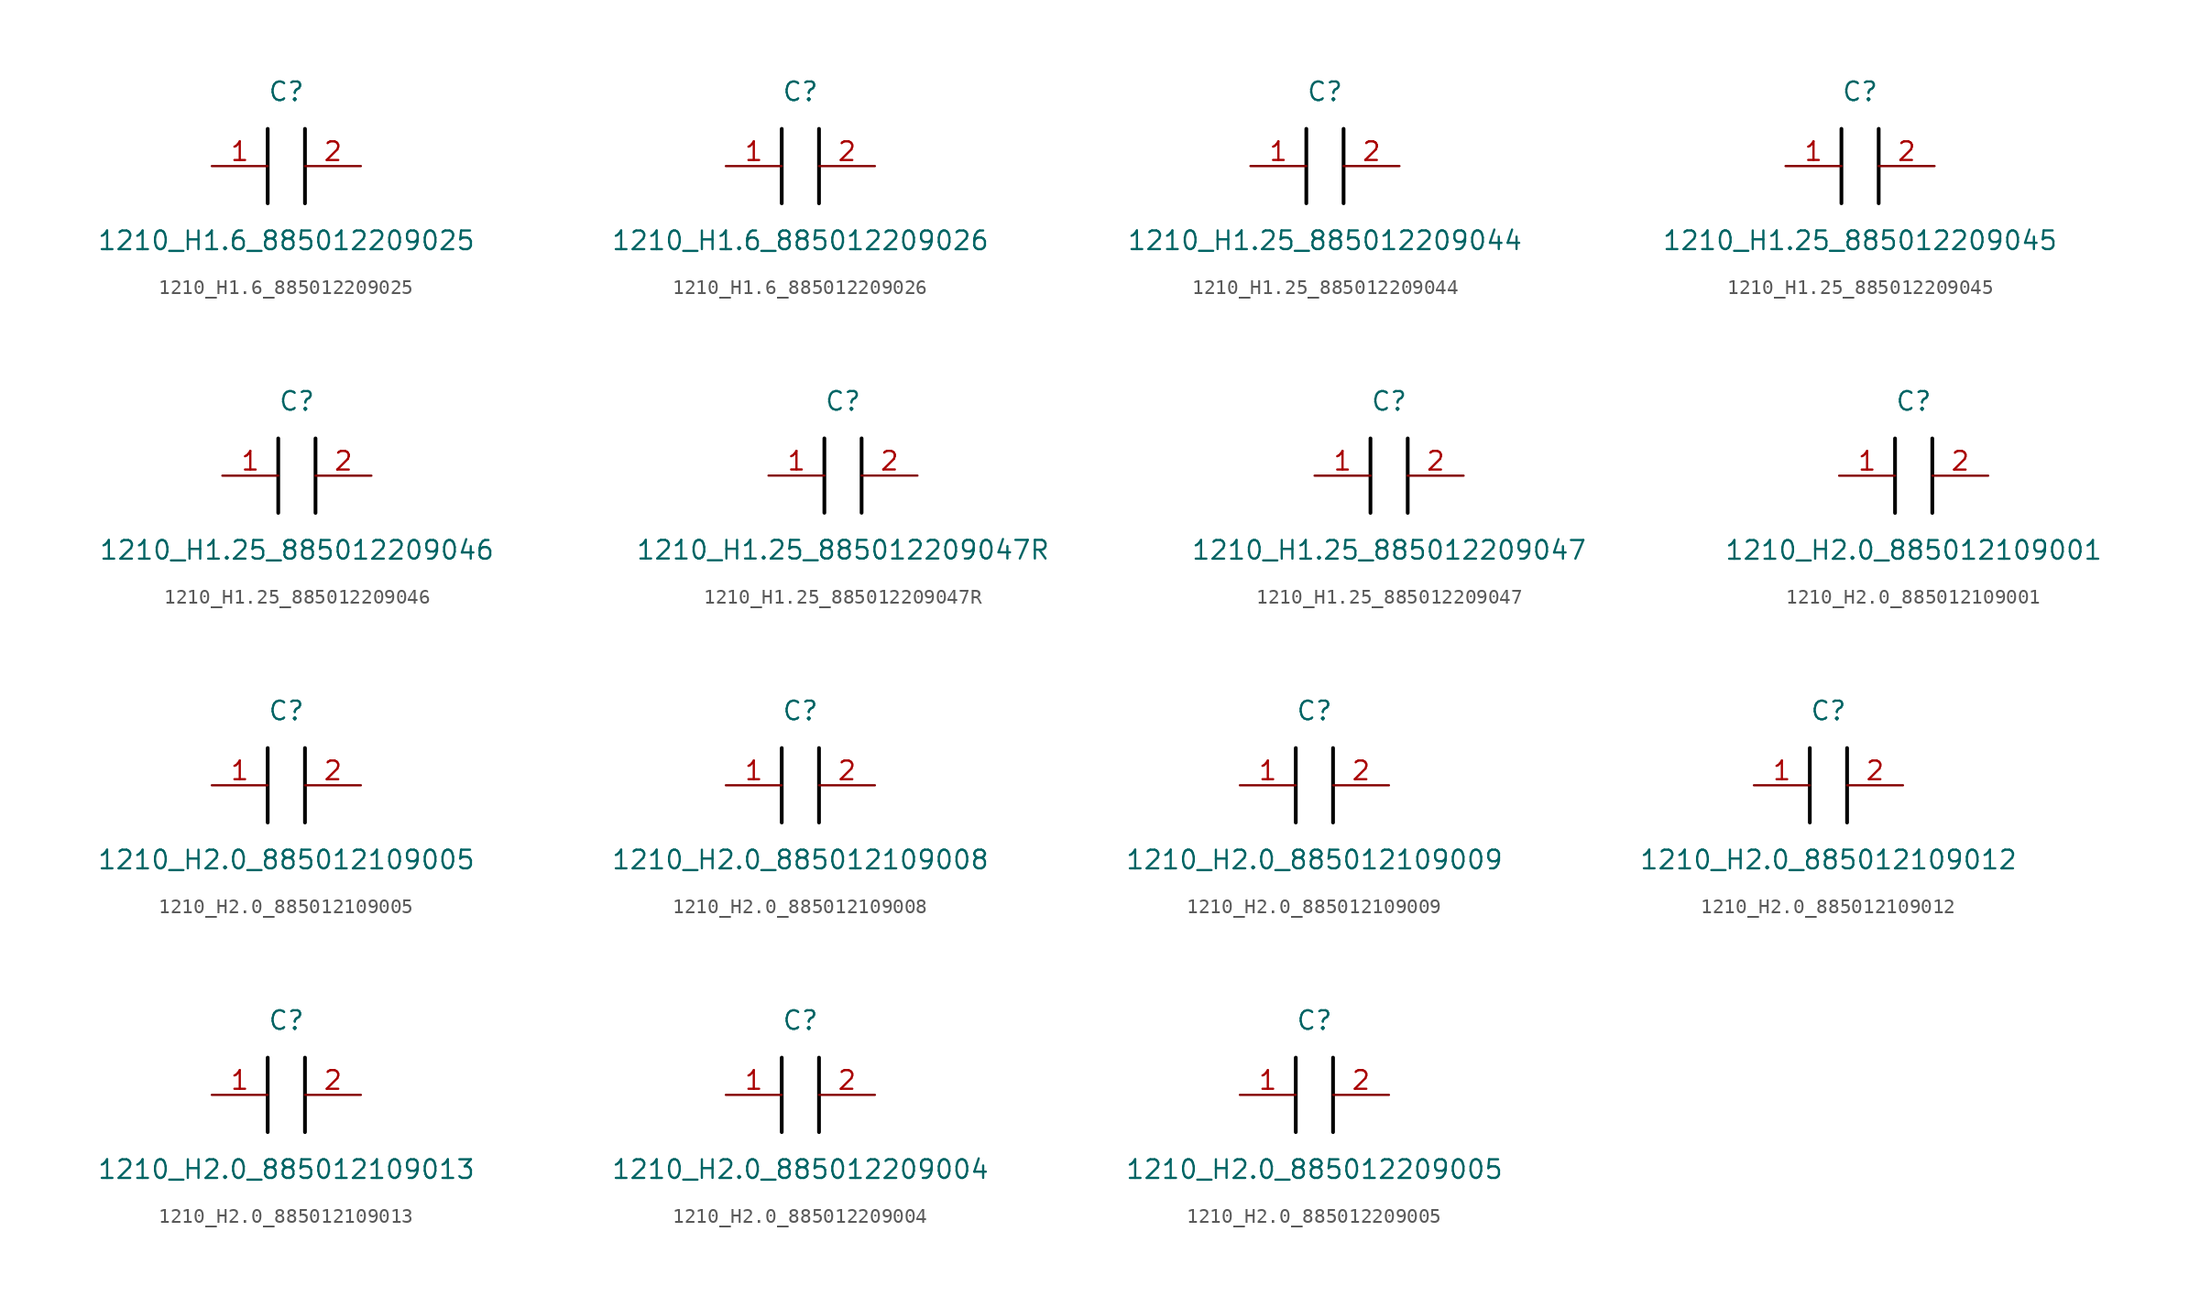
<source format=kicad_sym>
(kicad_symbol_lib
  (version 20220914)
  (generator kicad_symbol_editor)
  (symbol "1210_H1.6_885012209025"
    (pin_names hide)
    (property "Reference" "C"
      (at 0 5.08 0)
      (effects (font (size 1.27 1.27))))
    (property "Value" "1210_H1.6_885012209025"
      (at 0 -5.08 0)
      (effects (font (size 1.27 1.27))))
    (symbol "1210_H1.6_885012209025_1_1"
      (polyline (pts (xy -1.27 2.54) (xy -1.27 -2.54)) (stroke (width 0.254) (type default) (color 0 0 0 1)) (fill (type none)))
      (polyline (pts (xy 1.27 2.54) (xy 1.27 -2.54)) (stroke (width 0.254) (type default) (color 0 0 0 1)) (fill (type none)))
      (pin passive line (at -5.08 0 0) (length 3.81) (name "1" (effects (font (size 1.27 1.27)))) (number "1" (effects (font (size 1.27 1.27)))))
      (pin passive line (at 5.08 0 180) (length 3.81) (name "2" (effects (font (size 1.27 1.27)))) (number "2" (effects (font (size 1.27 1.27)))))))
  (symbol "1210_H1.6_885012209026"
    (pin_names hide)
    (property "Reference" "C"
      (at 0 5.08 0)
      (effects (font (size 1.27 1.27))))
    (property "Value" "1210_H1.6_885012209026"
      (at 0 -5.08 0)
      (effects (font (size 1.27 1.27))))
    (symbol "1210_H1.6_885012209026_1_1"
      (polyline (pts (xy -1.27 2.54) (xy -1.27 -2.54)) (stroke (width 0.254) (type default) (color 0 0 0 1)) (fill (type none)))
      (polyline (pts (xy 1.27 2.54) (xy 1.27 -2.54)) (stroke (width 0.254) (type default) (color 0 0 0 1)) (fill (type none)))
      (pin passive line (at -5.08 0 0) (length 3.81) (name "1" (effects (font (size 1.27 1.27)))) (number "1" (effects (font (size 1.27 1.27)))))
      (pin passive line (at 5.08 0 180) (length 3.81) (name "2" (effects (font (size 1.27 1.27)))) (number "2" (effects (font (size 1.27 1.27)))))))
  (symbol "1210_H1.25_885012209044"
    (pin_names hide)
    (property "Reference" "C"
      (at 0 5.08 0)
      (effects (font (size 1.27 1.27))))
    (property "Value" "1210_H1.25_885012209044"
      (at 0 -5.08 0)
      (effects (font (size 1.27 1.27))))
    (symbol "1210_H1.25_885012209044_1_1"
      (polyline (pts (xy -1.27 2.54) (xy -1.27 -2.54)) (stroke (width 0.254) (type default) (color 0 0 0 1)) (fill (type none)))
      (polyline (pts (xy 1.27 2.54) (xy 1.27 -2.54)) (stroke (width 0.254) (type default) (color 0 0 0 1)) (fill (type none)))
      (pin passive line (at -5.08 0 0) (length 3.81) (name "1" (effects (font (size 1.27 1.27)))) (number "1" (effects (font (size 1.27 1.27)))))
      (pin passive line (at 5.08 0 180) (length 3.81) (name "2" (effects (font (size 1.27 1.27)))) (number "2" (effects (font (size 1.27 1.27)))))))
  (symbol "1210_H1.25_885012209045"
    (pin_names hide)
    (property "Reference" "C"
      (at 0 5.08 0)
      (effects (font (size 1.27 1.27))))
    (property "Value" "1210_H1.25_885012209045"
      (at 0 -5.08 0)
      (effects (font (size 1.27 1.27))))
    (symbol "1210_H1.25_885012209045_1_1"
      (polyline (pts (xy -1.27 2.54) (xy -1.27 -2.54)) (stroke (width 0.254) (type default) (color 0 0 0 1)) (fill (type none)))
      (polyline (pts (xy 1.27 2.54) (xy 1.27 -2.54)) (stroke (width 0.254) (type default) (color 0 0 0 1)) (fill (type none)))
      (pin passive line (at -5.08 0 0) (length 3.81) (name "1" (effects (font (size 1.27 1.27)))) (number "1" (effects (font (size 1.27 1.27)))))
      (pin passive line (at 5.08 0 180) (length 3.81) (name "2" (effects (font (size 1.27 1.27)))) (number "2" (effects (font (size 1.27 1.27)))))))
  (symbol "1210_H1.25_885012209046"
    (pin_names hide)
    (property "Reference" "C"
      (at 0 5.08 0)
      (effects (font (size 1.27 1.27))))
    (property "Value" "1210_H1.25_885012209046"
      (at 0 -5.08 0)
      (effects (font (size 1.27 1.27))))
    (symbol "1210_H1.25_885012209046_1_1"
      (polyline (pts (xy -1.27 2.54) (xy -1.27 -2.54)) (stroke (width 0.254) (type default) (color 0 0 0 1)) (fill (type none)))
      (polyline (pts (xy 1.27 2.54) (xy 1.27 -2.54)) (stroke (width 0.254) (type default) (color 0 0 0 1)) (fill (type none)))
      (pin passive line (at -5.08 0 0) (length 3.81) (name "1" (effects (font (size 1.27 1.27)))) (number "1" (effects (font (size 1.27 1.27)))))
      (pin passive line (at 5.08 0 180) (length 3.81) (name "2" (effects (font (size 1.27 1.27)))) (number "2" (effects (font (size 1.27 1.27)))))))
  (symbol "1210_H1.25_885012209047R"
    (pin_names hide)
    (property "Reference" "C"
      (at 0 5.08 0)
      (effects (font (size 1.27 1.27))))
    (property "Value" "1210_H1.25_885012209047R"
      (at 0 -5.08 0)
      (effects (font (size 1.27 1.27))))
    (symbol "1210_H1.25_885012209047R_1_1"
      (polyline (pts (xy -1.27 2.54) (xy -1.27 -2.54)) (stroke (width 0.254) (type default) (color 0 0 0 1)) (fill (type none)))
      (polyline (pts (xy 1.27 2.54) (xy 1.27 -2.54)) (stroke (width 0.254) (type default) (color 0 0 0 1)) (fill (type none)))
      (pin passive line (at -5.08 0 0) (length 3.81) (name "1" (effects (font (size 1.27 1.27)))) (number "1" (effects (font (size 1.27 1.27)))))
      (pin passive line (at 5.08 0 180) (length 3.81) (name "2" (effects (font (size 1.27 1.27)))) (number "2" (effects (font (size 1.27 1.27)))))))
  (symbol "1210_H1.25_885012209047"
    (pin_names hide)
    (property "Reference" "C"
      (at 0 5.08 0)
      (effects (font (size 1.27 1.27))))
    (property "Value" "1210_H1.25_885012209047"
      (at 0 -5.08 0)
      (effects (font (size 1.27 1.27))))
    (symbol "1210_H1.25_885012209047_1_1"
      (polyline (pts (xy -1.27 2.54) (xy -1.27 -2.54)) (stroke (width 0.254) (type default) (color 0 0 0 1)) (fill (type none)))
      (polyline (pts (xy 1.27 2.54) (xy 1.27 -2.54)) (stroke (width 0.254) (type default) (color 0 0 0 1)) (fill (type none)))
      (pin passive line (at -5.08 0 0) (length 3.81) (name "1" (effects (font (size 1.27 1.27)))) (number "1" (effects (font (size 1.27 1.27)))))
      (pin passive line (at 5.08 0 180) (length 3.81) (name "2" (effects (font (size 1.27 1.27)))) (number "2" (effects (font (size 1.27 1.27)))))))
  (symbol "1210_H2.0_885012109001"
    (pin_names hide)
    (property "Reference" "C"
      (at 0 5.08 0)
      (effects (font (size 1.27 1.27))))
    (property "Value" "1210_H2.0_885012109001"
      (at 0 -5.08 0)
      (effects (font (size 1.27 1.27))))
    (symbol "1210_H2.0_885012109001_1_1"
      (polyline (pts (xy -1.27 2.54) (xy -1.27 -2.54)) (stroke (width 0.254) (type default) (color 0 0 0 1)) (fill (type none)))
      (polyline (pts (xy 1.27 2.54) (xy 1.27 -2.54)) (stroke (width 0.254) (type default) (color 0 0 0 1)) (fill (type none)))
      (pin passive line (at -5.08 0 0) (length 3.81) (name "1" (effects (font (size 1.27 1.27)))) (number "1" (effects (font (size 1.27 1.27)))))
      (pin passive line (at 5.08 0 180) (length 3.81) (name "2" (effects (font (size 1.27 1.27)))) (number "2" (effects (font (size 1.27 1.27)))))))
  (symbol "1210_H2.0_885012109005"
    (pin_names hide)
    (property "Reference" "C"
      (at 0 5.08 0)
      (effects (font (size 1.27 1.27))))
    (property "Value" "1210_H2.0_885012109005"
      (at 0 -5.08 0)
      (effects (font (size 1.27 1.27))))
    (symbol "1210_H2.0_885012109005_1_1"
      (polyline (pts (xy -1.27 2.54) (xy -1.27 -2.54)) (stroke (width 0.254) (type default) (color 0 0 0 1)) (fill (type none)))
      (polyline (pts (xy 1.27 2.54) (xy 1.27 -2.54)) (stroke (width 0.254) (type default) (color 0 0 0 1)) (fill (type none)))
      (pin passive line (at -5.08 0 0) (length 3.81) (name "1" (effects (font (size 1.27 1.27)))) (number "1" (effects (font (size 1.27 1.27)))))
      (pin passive line (at 5.08 0 180) (length 3.81) (name "2" (effects (font (size 1.27 1.27)))) (number "2" (effects (font (size 1.27 1.27)))))))
  (symbol "1210_H2.0_885012109008"
    (pin_names hide)
    (property "Reference" "C"
      (at 0 5.08 0)
      (effects (font (size 1.27 1.27))))
    (property "Value" "1210_H2.0_885012109008"
      (at 0 -5.08 0)
      (effects (font (size 1.27 1.27))))
    (symbol "1210_H2.0_885012109008_1_1"
      (polyline (pts (xy -1.27 2.54) (xy -1.27 -2.54)) (stroke (width 0.254) (type default) (color 0 0 0 1)) (fill (type none)))
      (polyline (pts (xy 1.27 2.54) (xy 1.27 -2.54)) (stroke (width 0.254) (type default) (color 0 0 0 1)) (fill (type none)))
      (pin passive line (at -5.08 0 0) (length 3.81) (name "1" (effects (font (size 1.27 1.27)))) (number "1" (effects (font (size 1.27 1.27)))))
      (pin passive line (at 5.08 0 180) (length 3.81) (name "2" (effects (font (size 1.27 1.27)))) (number "2" (effects (font (size 1.27 1.27)))))))
  (symbol "1210_H2.0_885012109009"
    (pin_names hide)
    (property "Reference" "C"
      (at 0 5.08 0)
      (effects (font (size 1.27 1.27))))
    (property "Value" "1210_H2.0_885012109009"
      (at 0 -5.08 0)
      (effects (font (size 1.27 1.27))))
    (symbol "1210_H2.0_885012109009_1_1"
      (polyline (pts (xy -1.27 2.54) (xy -1.27 -2.54)) (stroke (width 0.254) (type default) (color 0 0 0 1)) (fill (type none)))
      (polyline (pts (xy 1.27 2.54) (xy 1.27 -2.54)) (stroke (width 0.254) (type default) (color 0 0 0 1)) (fill (type none)))
      (pin passive line (at -5.08 0 0) (length 3.81) (name "1" (effects (font (size 1.27 1.27)))) (number "1" (effects (font (size 1.27 1.27)))))
      (pin passive line (at 5.08 0 180) (length 3.81) (name "2" (effects (font (size 1.27 1.27)))) (number "2" (effects (font (size 1.27 1.27)))))))
  (symbol "1210_H2.0_885012109012"
    (pin_names hide)
    (property "Reference" "C"
      (at 0 5.08 0)
      (effects (font (size 1.27 1.27))))
    (property "Value" "1210_H2.0_885012109012"
      (at 0 -5.08 0)
      (effects (font (size 1.27 1.27))))
    (symbol "1210_H2.0_885012109012_1_1"
      (polyline (pts (xy -1.27 2.54) (xy -1.27 -2.54)) (stroke (width 0.254) (type default) (color 0 0 0 1)) (fill (type none)))
      (polyline (pts (xy 1.27 2.54) (xy 1.27 -2.54)) (stroke (width 0.254) (type default) (color 0 0 0 1)) (fill (type none)))
      (pin passive line (at -5.08 0 0) (length 3.81) (name "1" (effects (font (size 1.27 1.27)))) (number "1" (effects (font (size 1.27 1.27)))))
      (pin passive line (at 5.08 0 180) (length 3.81) (name "2" (effects (font (size 1.27 1.27)))) (number "2" (effects (font (size 1.27 1.27)))))))
  (symbol "1210_H2.0_885012109013"
    (pin_names hide)
    (property "Reference" "C"
      (at 0 5.08 0)
      (effects (font (size 1.27 1.27))))
    (property "Value" "1210_H2.0_885012109013"
      (at 0 -5.08 0)
      (effects (font (size 1.27 1.27))))
    (symbol "1210_H2.0_885012109013_1_1"
      (polyline (pts (xy -1.27 2.54) (xy -1.27 -2.54)) (stroke (width 0.254) (type default) (color 0 0 0 1)) (fill (type none)))
      (polyline (pts (xy 1.27 2.54) (xy 1.27 -2.54)) (stroke (width 0.254) (type default) (color 0 0 0 1)) (fill (type none)))
      (pin passive line (at -5.08 0 0) (length 3.81) (name "1" (effects (font (size 1.27 1.27)))) (number "1" (effects (font (size 1.27 1.27)))))
      (pin passive line (at 5.08 0 180) (length 3.81) (name "2" (effects (font (size 1.27 1.27)))) (number "2" (effects (font (size 1.27 1.27)))))))
  (symbol "1210_H2.0_885012209004"
    (pin_names hide)
    (property "Reference" "C"
      (at 0 5.08 0)
      (effects (font (size 1.27 1.27))))
    (property "Value" "1210_H2.0_885012209004"
      (at 0 -5.08 0)
      (effects (font (size 1.27 1.27))))
    (symbol "1210_H2.0_885012209004_1_1"
      (polyline (pts (xy -1.27 2.54) (xy -1.27 -2.54)) (stroke (width 0.254) (type default) (color 0 0 0 1)) (fill (type none)))
      (polyline (pts (xy 1.27 2.54) (xy 1.27 -2.54)) (stroke (width 0.254) (type default) (color 0 0 0 1)) (fill (type none)))
      (pin passive line (at -5.08 0 0) (length 3.81) (name "1" (effects (font (size 1.27 1.27)))) (number "1" (effects (font (size 1.27 1.27)))))
      (pin passive line (at 5.08 0 180) (length 3.81) (name "2" (effects (font (size 1.27 1.27)))) (number "2" (effects (font (size 1.27 1.27)))))))
  (symbol "1210_H2.0_885012209005"
    (pin_names hide)
    (property "Reference" "C"
      (at 0 5.08 0)
      (effects (font (size 1.27 1.27))))
    (property "Value" "1210_H2.0_885012209005"
      (at 0 -5.08 0)
      (effects (font (size 1.27 1.27))))
    (symbol "1210_H2.0_885012209005_1_1"
      (polyline (pts (xy -1.27 2.54) (xy -1.27 -2.54)) (stroke (width 0.254) (type default) (color 0 0 0 1)) (fill (type none)))
      (polyline (pts (xy 1.27 2.54) (xy 1.27 -2.54)) (stroke (width 0.254) (type default) (color 0 0 0 1)) (fill (type none)))
      (pin passive line (at -5.08 0 0) (length 3.81) (name "1" (effects (font (size 1.27 1.27)))) (number "1" (effects (font (size 1.27 1.27)))))
      (pin passive line (at 5.08 0 180) (length 3.81) (name "2" (effects (font (size 1.27 1.27)))) (number "2" (effects (font (size 1.27 1.27))))))))
</source>
